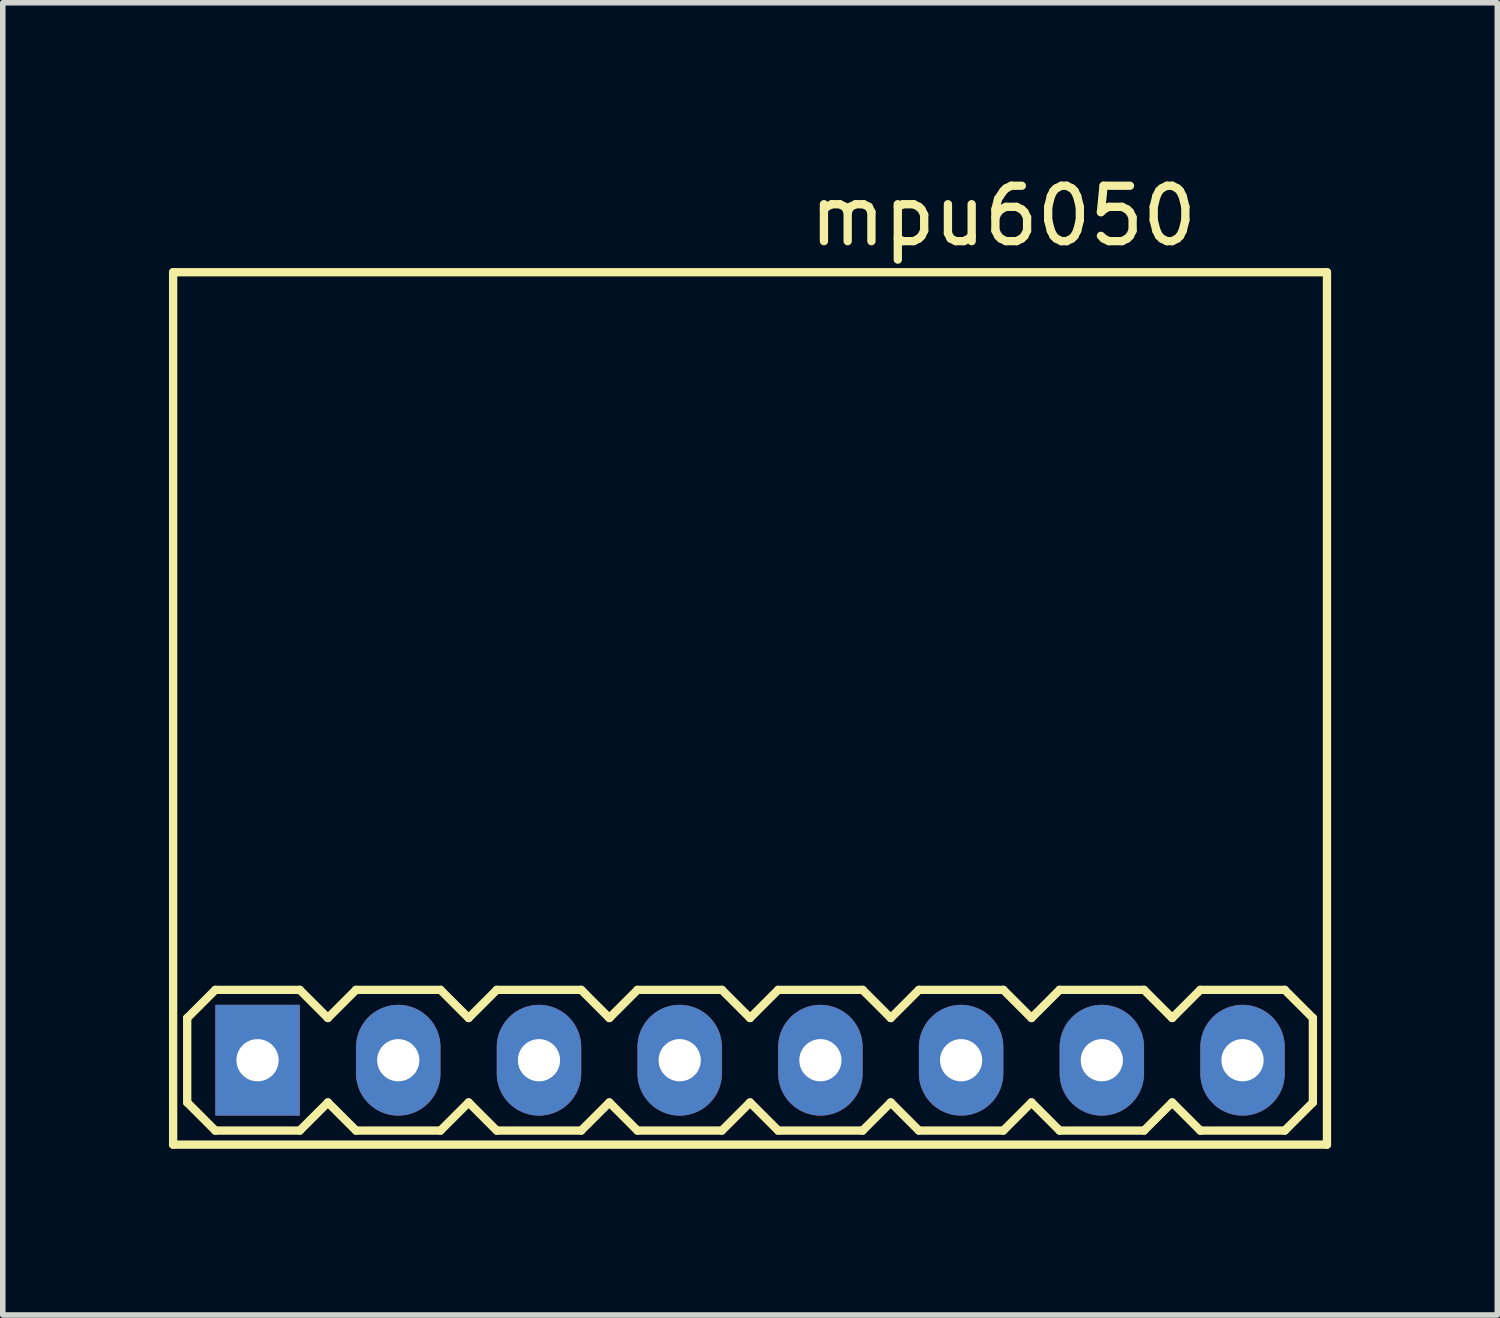
<source format=kicad_pcb>
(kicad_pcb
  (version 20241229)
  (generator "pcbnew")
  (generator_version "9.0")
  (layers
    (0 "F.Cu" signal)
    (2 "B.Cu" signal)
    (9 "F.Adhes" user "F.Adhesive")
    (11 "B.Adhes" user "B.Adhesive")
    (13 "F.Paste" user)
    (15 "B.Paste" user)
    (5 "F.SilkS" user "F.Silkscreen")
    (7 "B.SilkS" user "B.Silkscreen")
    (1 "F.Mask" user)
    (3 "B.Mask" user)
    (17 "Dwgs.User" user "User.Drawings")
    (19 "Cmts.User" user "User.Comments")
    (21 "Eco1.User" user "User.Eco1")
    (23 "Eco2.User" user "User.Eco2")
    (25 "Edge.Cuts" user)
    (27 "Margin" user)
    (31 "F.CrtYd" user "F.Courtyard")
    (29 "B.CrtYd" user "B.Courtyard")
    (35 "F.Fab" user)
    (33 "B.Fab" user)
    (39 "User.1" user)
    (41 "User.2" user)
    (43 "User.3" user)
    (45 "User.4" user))
  (footprint "mpu6050"
    (layer "F.Cu")
    (at 1.599 16.088)
    (property "Reference" "mpu6050" (at 13.462 -15.24 0) (layer "F.SilkS") (effects (font (size 1 1) (thickness 0.15))))
    (attr through_hole)
    (fp_line (start -1.524 -14.224) (end -1.524 1.524) (stroke (width 0.15) (type solid)) (layer "F.SilkS"))
    (fp_line (start -1.27 -0.762) (end -0.762 -1.27) (stroke (width 0.15) (type solid)) (layer "F.SilkS"))
    (fp_line (start -1.27 0.762) (end -1.27 -0.762) (stroke (width 0.15) (type solid)) (layer "F.SilkS"))
    (fp_line (start -0.762 -1.27) (end 0.762 -1.27) (stroke (width 0.15) (type solid)) (layer "F.SilkS"))
    (fp_line (start -0.762 1.27) (end -1.27 0.762) (stroke (width 0.15) (type solid)) (layer "F.SilkS"))
    (fp_line (start -0.762 1.27) (end 0.762 1.27) (stroke (width 0.15) (type solid)) (layer "F.SilkS"))
    (fp_line (start 0.762 -1.27) (end 1.27 -0.762) (stroke (width 0.15) (type solid)) (layer "F.SilkS"))
    (fp_line (start 0.762 1.27) (end 1.27 0.762) (stroke (width 0.15) (type solid)) (layer "F.SilkS"))
    (fp_line (start 1.27 -0.762) (end 1.778 -1.27) (stroke (width 0.15) (type solid)) (layer "F.SilkS"))
    (fp_line (start 1.778 -1.27) (end 3.302 -1.27) (stroke (width 0.15) (type solid)) (layer "F.SilkS"))
    (fp_line (start 1.778 1.27) (end 1.27 0.762) (stroke (width 0.15) (type solid)) (layer "F.SilkS"))
    (fp_line (start 1.778 1.27) (end 3.302 1.27) (stroke (width 0.15) (type solid)) (layer "F.SilkS"))
    (fp_line (start 3.302 -1.27) (end 3.81 -0.762) (stroke (width 0.15) (type solid)) (layer "F.SilkS"))
    (fp_line (start 3.302 1.27) (end 3.81 0.762) (stroke (width 0.15) (type solid)) (layer "F.SilkS"))
    (fp_line (start 3.81 -0.762) (end 4.318 -1.27) (stroke (width 0.15) (type solid)) (layer "F.SilkS"))
    (fp_line (start 4.318 -1.27) (end 5.842 -1.27) (stroke (width 0.15) (type solid)) (layer "F.SilkS"))
    (fp_line (start 4.318 1.27) (end 3.81 0.762) (stroke (width 0.15) (type solid)) (layer "F.SilkS"))
    (fp_line (start 4.318 1.27) (end 5.842 1.27) (stroke (width 0.15) (type solid)) (layer "F.SilkS"))
    (fp_line (start 5.842 -1.27) (end 6.35 -0.762) (stroke (width 0.15) (type solid)) (layer "F.SilkS"))
    (fp_line (start 5.842 1.27) (end 6.35 0.762) (stroke (width 0.15) (type solid)) (layer "F.SilkS"))
    (fp_line (start 6.35 -0.762) (end 6.858 -1.27) (stroke (width 0.15) (type solid)) (layer "F.SilkS"))
    (fp_line (start 6.858 -1.27) (end 8.382 -1.27) (stroke (width 0.15) (type solid)) (layer "F.SilkS"))
    (fp_line (start 6.858 1.27) (end 6.35 0.762) (stroke (width 0.15) (type solid)) (layer "F.SilkS"))
    (fp_line (start 6.858 1.27) (end 8.382 1.27) (stroke (width 0.15) (type solid)) (layer "F.SilkS"))
    (fp_line (start 8.382 -1.27) (end 8.89 -0.762) (stroke (width 0.15) (type solid)) (layer "F.SilkS"))
    (fp_line (start 8.382 1.27) (end 8.89 0.762) (stroke (width 0.15) (type solid)) (layer "F.SilkS"))
    (fp_line (start 8.89 -0.762) (end 9.398 -1.27) (stroke (width 0.15) (type solid)) (layer "F.SilkS"))
    (fp_line (start 9.398 -1.27) (end 10.922 -1.27) (stroke (width 0.15) (type solid)) (layer "F.SilkS"))
    (fp_line (start 9.398 1.27) (end 8.89 0.762) (stroke (width 0.15) (type solid)) (layer "F.SilkS"))
    (fp_line (start 9.398 1.27) (end 10.922 1.27) (stroke (width 0.15) (type solid)) (layer "F.SilkS"))
    (fp_line (start 10.922 -1.27) (end 11.43 -0.762) (stroke (width 0.15) (type solid)) (layer "F.SilkS"))
    (fp_line (start 10.922 1.27) (end 11.43 0.762) (stroke (width 0.15) (type solid)) (layer "F.SilkS"))
    (fp_line (start 11.43 -0.762) (end 11.938 -1.27) (stroke (width 0.15) (type solid)) (layer "F.SilkS"))
    (fp_line (start 11.938 -1.27) (end 13.462 -1.27) (stroke (width 0.15) (type solid)) (layer "F.SilkS"))
    (fp_line (start 11.938 1.27) (end 11.43 0.762) (stroke (width 0.15) (type solid)) (layer "F.SilkS"))
    (fp_line (start 11.938 1.27) (end 13.462 1.27) (stroke (width 0.15) (type solid)) (layer "F.SilkS"))
    (fp_line (start 13.462 -1.27) (end 13.97 -0.762) (stroke (width 0.15) (type solid)) (layer "F.SilkS"))
    (fp_line (start 13.462 1.27) (end 13.97 0.762) (stroke (width 0.15) (type solid)) (layer "F.SilkS"))
    (fp_line (start 13.97 -0.762) (end 14.478 -1.27) (stroke (width 0.15) (type solid)) (layer "F.SilkS"))
    (fp_line (start 14.478 -1.27) (end 16.002 -1.27) (stroke (width 0.15) (type solid)) (layer "F.SilkS"))
    (fp_line (start 14.478 1.27) (end 13.97 0.762) (stroke (width 0.15) (type solid)) (layer "F.SilkS"))
    (fp_line (start 14.478 1.27) (end 16.002 1.27) (stroke (width 0.15) (type solid)) (layer "F.SilkS"))
    (fp_line (start 16.002 -1.27) (end 16.51 -0.762) (stroke (width 0.15) (type solid)) (layer "F.SilkS"))
    (fp_line (start 16.002 1.27) (end 16.51 0.762) (stroke (width 0.15) (type solid)) (layer "F.SilkS"))
    (fp_line (start 16.51 -0.762) (end 17.018 -1.27) (stroke (width 0.15) (type solid)) (layer "F.SilkS"))
    (fp_line (start 17.018 -1.27) (end 18.542 -1.27) (stroke (width 0.15) (type solid)) (layer "F.SilkS"))
    (fp_line (start 17.018 1.27) (end 16.51 0.762) (stroke (width 0.15) (type solid)) (layer "F.SilkS"))
    (fp_line (start 17.018 1.27) (end 18.542 1.27) (stroke (width 0.15) (type solid)) (layer "F.SilkS"))
    (fp_line (start 18.542 -1.27) (end 19.05 -0.762) (stroke (width 0.15) (type solid)) (layer "F.SilkS"))
    (fp_line (start 18.542 1.27) (end 19.05 0.762) (stroke (width 0.15) (type solid)) (layer "F.SilkS"))
    (fp_line (start 19.05 0.762) (end 19.05 -0.762) (stroke (width 0.15) (type solid)) (layer "F.SilkS"))
    (fp_line (start 19.304 -14.224) (end -1.524 -14.224) (stroke (width 0.15) (type solid)) (layer "F.SilkS"))
    (fp_line (start 19.304 1.524) (end -1.524 1.524) (stroke (width 0.15) (type solid)) (layer "F.SilkS"))
    (fp_line (start 19.304 1.524) (end 19.304 -14.224) (stroke (width 0.15) (type solid)) (layer "F.SilkS"))
    (pad "1" thru_hole rect (at 0 0) (size 1.524 2) (drill 0.762) (layers "*.Cu" "*.Mask"))
    (pad "2" thru_hole oval (at 2.54 0) (size 1.524 2) (drill 0.762) (layers "*.Cu" "*.Mask"))
    (pad "3" thru_hole oval (at 5.08 0) (size 1.524 2) (drill 0.762) (layers "*.Cu" "*.Mask"))
    (pad "4" thru_hole oval (at 7.62 0) (size 1.524 2) (drill 0.762) (layers "*.Cu" "*.Mask"))
    (pad "5" thru_hole oval (at 10.16 0) (size 1.524 2) (drill 0.762) (layers "*.Cu" "*.Mask"))
    (pad "6" thru_hole oval (at 12.7 0) (size 1.524 2) (drill 0.762) (layers "*.Cu" "*.Mask"))
    (pad "7" thru_hole oval (at 15.24 0) (size 1.524 2) (drill 0.762) (layers "*.Cu" "*.Mask"))
    (pad "8" thru_hole oval (at 17.78 0) (size 1.524 2) (drill 0.762) (layers "*.Cu" "*.Mask")))
  (gr_rect
    (start -3 -3)
    (end 23.978 20.687)
    (stroke (width 0.1) (type default))
    (fill no)
    (layer "Edge.Cuts")))
</source>
